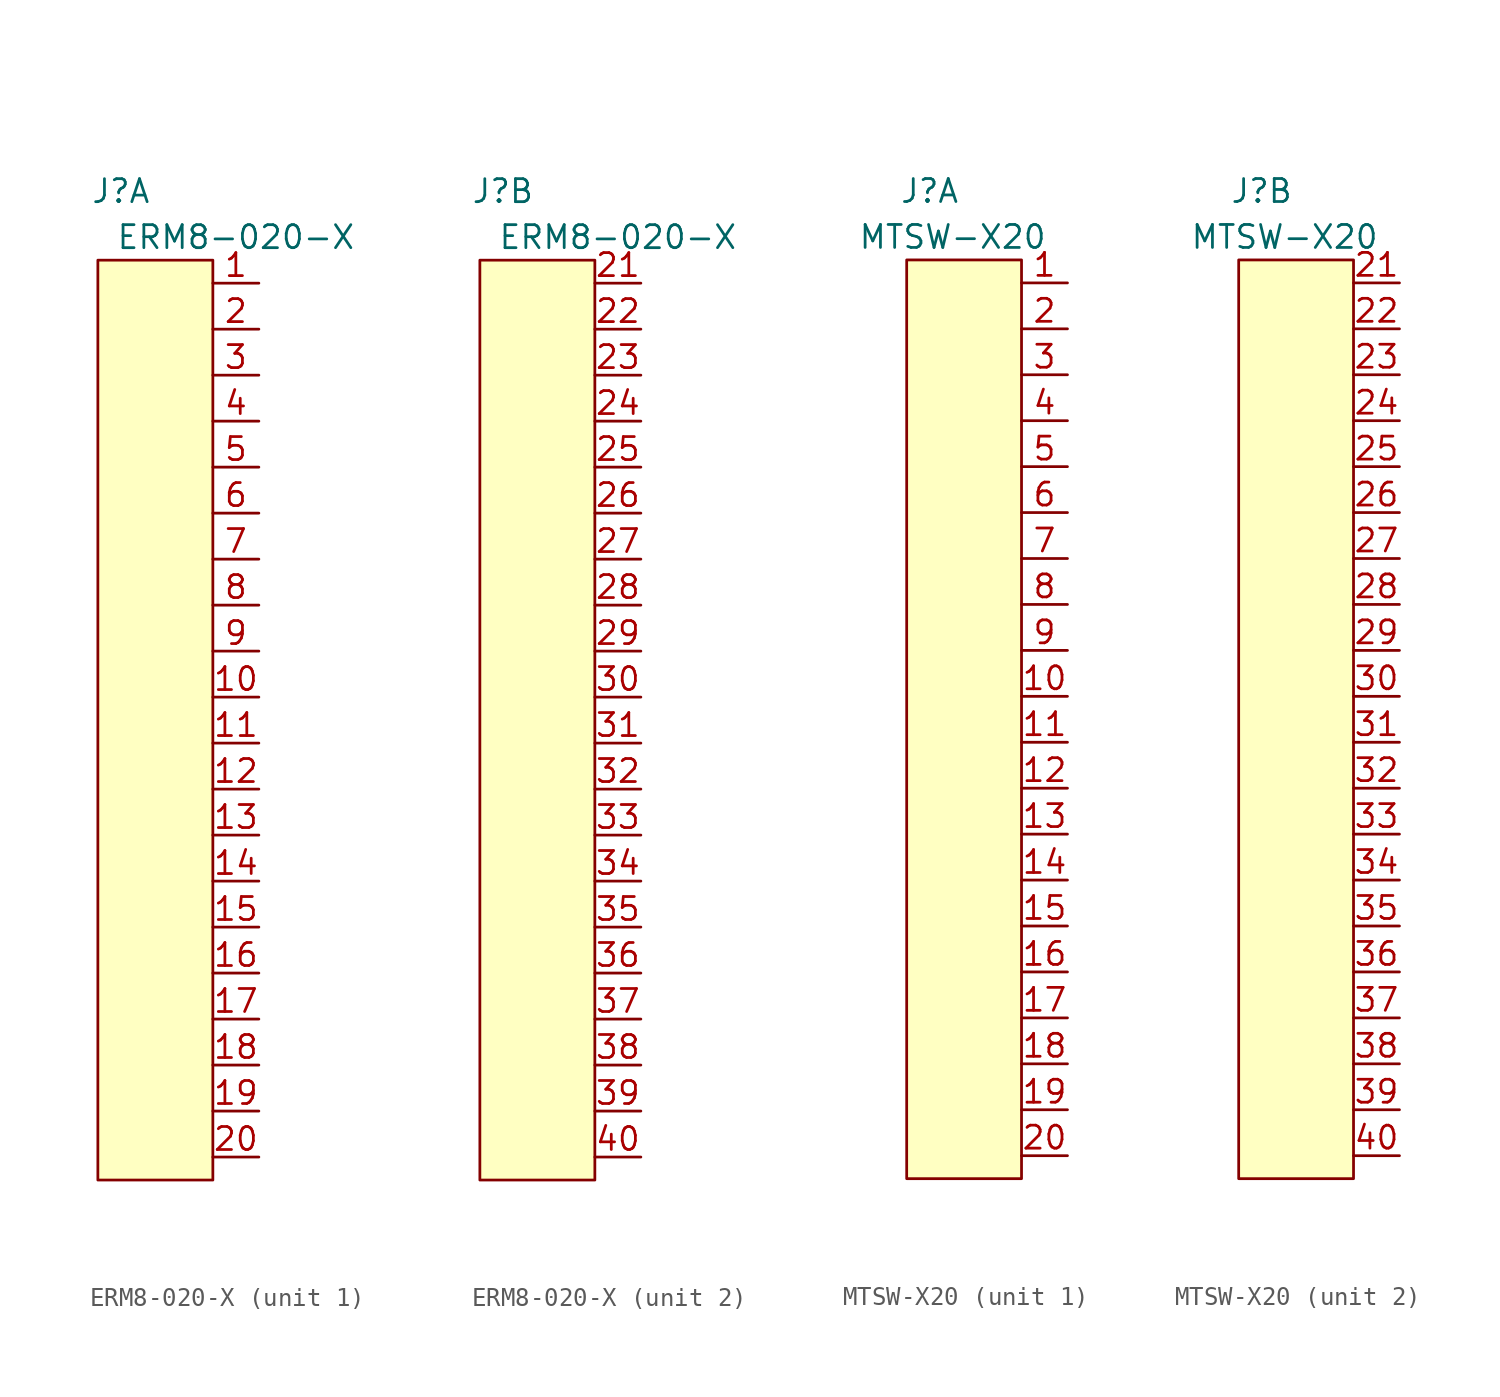
<source format=kicad_sym>
(kicad_symbol_lib
  (version 20211014)
  (generator kicad_symbol_editor)
  (symbol "ERM8-020-X"
    (property "Reference" "J"
      (at 1.27 16.51 0)
      (effects (font (size 1.27 1.27))))
    (property "Value" "ERM8-020-X"
      (at 7.62 13.97 0)
      (effects (font (size 1.27 1.27))))
    (symbol "ERM8-020-X_0_1"
      (rectangle (start 0 12.7) (end 6.35 -38.1) (stroke (width 0) (type default) (color 0 0 0 0)) (fill (type background))))
    (symbol "ERM8-020-X_1_1"
      (pin bidirectional line (at 8.89 11.43 180) (length 2.54) (name "~" (effects (font (size 1.27 1.27)))) (number "1" (effects (font (size 1.27 1.27)))))
      (pin bidirectional line (at 8.89 -11.43 180) (length 2.54) (name "~" (effects (font (size 1.27 1.27)))) (number "10" (effects (font (size 1.27 1.27)))))
      (pin bidirectional line (at 8.89 -13.97 180) (length 2.54) (name "~" (effects (font (size 1.27 1.27)))) (number "11" (effects (font (size 1.27 1.27)))))
      (pin bidirectional line (at 8.89 -16.51 180) (length 2.54) (name "~" (effects (font (size 1.27 1.27)))) (number "12" (effects (font (size 1.27 1.27)))))
      (pin bidirectional line (at 8.89 -19.05 180) (length 2.54) (name "~" (effects (font (size 1.27 1.27)))) (number "13" (effects (font (size 1.27 1.27)))))
      (pin bidirectional line (at 8.89 -21.59 180) (length 2.54) (name "~" (effects (font (size 1.27 1.27)))) (number "14" (effects (font (size 1.27 1.27)))))
      (pin bidirectional line (at 8.89 -24.13 180) (length 2.54) (name "~" (effects (font (size 1.27 1.27)))) (number "15" (effects (font (size 1.27 1.27)))))
      (pin bidirectional line (at 8.89 -26.67 180) (length 2.54) (name "~" (effects (font (size 1.27 1.27)))) (number "16" (effects (font (size 1.27 1.27)))))
      (pin bidirectional line (at 8.89 -29.21 180) (length 2.54) (name "~" (effects (font (size 1.27 1.27)))) (number "17" (effects (font (size 1.27 1.27)))))
      (pin bidirectional line (at 8.89 -31.75 180) (length 2.54) (name "~" (effects (font (size 1.27 1.27)))) (number "18" (effects (font (size 1.27 1.27)))))
      (pin bidirectional line (at 8.89 -34.29 180) (length 2.54) (name "~" (effects (font (size 1.27 1.27)))) (number "19" (effects (font (size 1.27 1.27)))))
      (pin bidirectional line (at 8.89 8.89 180) (length 2.54) (name "~" (effects (font (size 1.27 1.27)))) (number "2" (effects (font (size 1.27 1.27)))))
      (pin bidirectional line (at 8.89 -36.83 180) (length 2.54) (name "~" (effects (font (size 1.27 1.27)))) (number "20" (effects (font (size 1.27 1.27)))))
      (pin bidirectional line (at 8.89 6.35 180) (length 2.54) (name "~" (effects (font (size 1.27 1.27)))) (number "3" (effects (font (size 1.27 1.27)))))
      (pin bidirectional line (at 8.89 3.81 180) (length 2.54) (name "~" (effects (font (size 1.27 1.27)))) (number "4" (effects (font (size 1.27 1.27)))))
      (pin bidirectional line (at 8.89 1.27 180) (length 2.54) (name "~" (effects (font (size 1.27 1.27)))) (number "5" (effects (font (size 1.27 1.27)))))
      (pin bidirectional line (at 8.89 -1.27 180) (length 2.54) (name "~" (effects (font (size 1.27 1.27)))) (number "6" (effects (font (size 1.27 1.27)))))
      (pin bidirectional line (at 8.89 -3.81 180) (length 2.54) (name "~" (effects (font (size 1.27 1.27)))) (number "7" (effects (font (size 1.27 1.27)))))
      (pin bidirectional line (at 8.89 -6.35 180) (length 2.54) (name "~" (effects (font (size 1.27 1.27)))) (number "8" (effects (font (size 1.27 1.27)))))
      (pin bidirectional line (at 8.89 -8.89 180) (length 2.54) (name "~" (effects (font (size 1.27 1.27)))) (number "9" (effects (font (size 1.27 1.27))))))
    (symbol "ERM8-020-X_2_1"
      (pin bidirectional line (at 8.89 11.43 180) (length 2.54) (name "~" (effects (font (size 1.27 1.27)))) (number "21" (effects (font (size 1.27 1.27)))))
      (pin bidirectional line (at 8.89 8.89 180) (length 2.54) (name "~" (effects (font (size 1.27 1.27)))) (number "22" (effects (font (size 1.27 1.27)))))
      (pin bidirectional line (at 8.89 6.35 180) (length 2.54) (name "~" (effects (font (size 1.27 1.27)))) (number "23" (effects (font (size 1.27 1.27)))))
      (pin bidirectional line (at 8.89 3.81 180) (length 2.54) (name "~" (effects (font (size 1.27 1.27)))) (number "24" (effects (font (size 1.27 1.27)))))
      (pin bidirectional line (at 8.89 1.27 180) (length 2.54) (name "~" (effects (font (size 1.27 1.27)))) (number "25" (effects (font (size 1.27 1.27)))))
      (pin bidirectional line (at 8.89 -1.27 180) (length 2.54) (name "~" (effects (font (size 1.27 1.27)))) (number "26" (effects (font (size 1.27 1.27)))))
      (pin bidirectional line (at 8.89 -3.81 180) (length 2.54) (name "~" (effects (font (size 1.27 1.27)))) (number "27" (effects (font (size 1.27 1.27)))))
      (pin bidirectional line (at 8.89 -6.35 180) (length 2.54) (name "~" (effects (font (size 1.27 1.27)))) (number "28" (effects (font (size 1.27 1.27)))))
      (pin bidirectional line (at 8.89 -8.89 180) (length 2.54) (name "~" (effects (font (size 1.27 1.27)))) (number "29" (effects (font (size 1.27 1.27)))))
      (pin bidirectional line (at 8.89 -11.43 180) (length 2.54) (name "~" (effects (font (size 1.27 1.27)))) (number "30" (effects (font (size 1.27 1.27)))))
      (pin bidirectional line (at 8.89 -13.97 180) (length 2.54) (name "~" (effects (font (size 1.27 1.27)))) (number "31" (effects (font (size 1.27 1.27)))))
      (pin bidirectional line (at 8.89 -16.51 180) (length 2.54) (name "~" (effects (font (size 1.27 1.27)))) (number "32" (effects (font (size 1.27 1.27)))))
      (pin bidirectional line (at 8.89 -19.05 180) (length 2.54) (name "~" (effects (font (size 1.27 1.27)))) (number "33" (effects (font (size 1.27 1.27)))))
      (pin bidirectional line (at 8.89 -21.59 180) (length 2.54) (name "~" (effects (font (size 1.27 1.27)))) (number "34" (effects (font (size 1.27 1.27)))))
      (pin bidirectional line (at 8.89 -24.13 180) (length 2.54) (name "~" (effects (font (size 1.27 1.27)))) (number "35" (effects (font (size 1.27 1.27)))))
      (pin bidirectional line (at 8.89 -26.67 180) (length 2.54) (name "~" (effects (font (size 1.27 1.27)))) (number "36" (effects (font (size 1.27 1.27)))))
      (pin bidirectional line (at 8.89 -29.21 180) (length 2.54) (name "~" (effects (font (size 1.27 1.27)))) (number "37" (effects (font (size 1.27 1.27)))))
      (pin bidirectional line (at 8.89 -31.75 180) (length 2.54) (name "~" (effects (font (size 1.27 1.27)))) (number "38" (effects (font (size 1.27 1.27)))))
      (pin bidirectional line (at 8.89 -34.29 180) (length 2.54) (name "~" (effects (font (size 1.27 1.27)))) (number "39" (effects (font (size 1.27 1.27)))))
      (pin bidirectional line (at 8.89 -36.83 180) (length 2.54) (name "~" (effects (font (size 1.27 1.27)))) (number "40" (effects (font (size 1.27 1.27)))))))
  (symbol "MTSW-X20"
    (property "Reference" "J"
      (at 1.27 16.51 0)
      (effects (font (size 1.27 1.27))))
    (property "Value" "MTSW-X20"
      (at 2.54 13.97 0)
      (effects (font (size 1.27 1.27))))
    (symbol "MTSW-X20_0_1"
      (rectangle (start 0 12.7) (end 6.35 -38.1) (stroke (width 0) (type default) (color 0 0 0 0)) (fill (type background))))
    (symbol "MTSW-X20_1_1"
      (pin bidirectional line (at 8.89 11.43 180) (length 2.54) (name "~" (effects (font (size 1.27 1.27)))) (number "1" (effects (font (size 1.27 1.27)))))
      (pin bidirectional line (at 8.89 -11.43 180) (length 2.54) (name "~" (effects (font (size 1.27 1.27)))) (number "10" (effects (font (size 1.27 1.27)))))
      (pin bidirectional line (at 8.89 -13.97 180) (length 2.54) (name "~" (effects (font (size 1.27 1.27)))) (number "11" (effects (font (size 1.27 1.27)))))
      (pin bidirectional line (at 8.89 -16.51 180) (length 2.54) (name "~" (effects (font (size 1.27 1.27)))) (number "12" (effects (font (size 1.27 1.27)))))
      (pin bidirectional line (at 8.89 -19.05 180) (length 2.54) (name "~" (effects (font (size 1.27 1.27)))) (number "13" (effects (font (size 1.27 1.27)))))
      (pin bidirectional line (at 8.89 -21.59 180) (length 2.54) (name "~" (effects (font (size 1.27 1.27)))) (number "14" (effects (font (size 1.27 1.27)))))
      (pin bidirectional line (at 8.89 -24.13 180) (length 2.54) (name "~" (effects (font (size 1.27 1.27)))) (number "15" (effects (font (size 1.27 1.27)))))
      (pin bidirectional line (at 8.89 -26.67 180) (length 2.54) (name "~" (effects (font (size 1.27 1.27)))) (number "16" (effects (font (size 1.27 1.27)))))
      (pin bidirectional line (at 8.89 -29.21 180) (length 2.54) (name "~" (effects (font (size 1.27 1.27)))) (number "17" (effects (font (size 1.27 1.27)))))
      (pin bidirectional line (at 8.89 -31.75 180) (length 2.54) (name "~" (effects (font (size 1.27 1.27)))) (number "18" (effects (font (size 1.27 1.27)))))
      (pin bidirectional line (at 8.89 -34.29 180) (length 2.54) (name "~" (effects (font (size 1.27 1.27)))) (number "19" (effects (font (size 1.27 1.27)))))
      (pin bidirectional line (at 8.89 8.89 180) (length 2.54) (name "~" (effects (font (size 1.27 1.27)))) (number "2" (effects (font (size 1.27 1.27)))))
      (pin bidirectional line (at 8.89 -36.83 180) (length 2.54) (name "~" (effects (font (size 1.27 1.27)))) (number "20" (effects (font (size 1.27 1.27)))))
      (pin bidirectional line (at 8.89 6.35 180) (length 2.54) (name "~" (effects (font (size 1.27 1.27)))) (number "3" (effects (font (size 1.27 1.27)))))
      (pin bidirectional line (at 8.89 3.81 180) (length 2.54) (name "~" (effects (font (size 1.27 1.27)))) (number "4" (effects (font (size 1.27 1.27)))))
      (pin bidirectional line (at 8.89 1.27 180) (length 2.54) (name "~" (effects (font (size 1.27 1.27)))) (number "5" (effects (font (size 1.27 1.27)))))
      (pin bidirectional line (at 8.89 -1.27 180) (length 2.54) (name "~" (effects (font (size 1.27 1.27)))) (number "6" (effects (font (size 1.27 1.27)))))
      (pin bidirectional line (at 8.89 -3.81 180) (length 2.54) (name "~" (effects (font (size 1.27 1.27)))) (number "7" (effects (font (size 1.27 1.27)))))
      (pin bidirectional line (at 8.89 -6.35 180) (length 2.54) (name "~" (effects (font (size 1.27 1.27)))) (number "8" (effects (font (size 1.27 1.27)))))
      (pin bidirectional line (at 8.89 -8.89 180) (length 2.54) (name "~" (effects (font (size 1.27 1.27)))) (number "9" (effects (font (size 1.27 1.27))))))
    (symbol "MTSW-X20_2_1"
      (pin bidirectional line (at 8.89 11.43 180) (length 2.54) (name "~" (effects (font (size 1.27 1.27)))) (number "21" (effects (font (size 1.27 1.27)))))
      (pin bidirectional line (at 8.89 8.89 180) (length 2.54) (name "~" (effects (font (size 1.27 1.27)))) (number "22" (effects (font (size 1.27 1.27)))))
      (pin bidirectional line (at 8.89 6.35 180) (length 2.54) (name "~" (effects (font (size 1.27 1.27)))) (number "23" (effects (font (size 1.27 1.27)))))
      (pin bidirectional line (at 8.89 3.81 180) (length 2.54) (name "~" (effects (font (size 1.27 1.27)))) (number "24" (effects (font (size 1.27 1.27)))))
      (pin bidirectional line (at 8.89 1.27 180) (length 2.54) (name "~" (effects (font (size 1.27 1.27)))) (number "25" (effects (font (size 1.27 1.27)))))
      (pin bidirectional line (at 8.89 -1.27 180) (length 2.54) (name "~" (effects (font (size 1.27 1.27)))) (number "26" (effects (font (size 1.27 1.27)))))
      (pin bidirectional line (at 8.89 -3.81 180) (length 2.54) (name "~" (effects (font (size 1.27 1.27)))) (number "27" (effects (font (size 1.27 1.27)))))
      (pin bidirectional line (at 8.89 -6.35 180) (length 2.54) (name "~" (effects (font (size 1.27 1.27)))) (number "28" (effects (font (size 1.27 1.27)))))
      (pin bidirectional line (at 8.89 -8.89 180) (length 2.54) (name "~" (effects (font (size 1.27 1.27)))) (number "29" (effects (font (size 1.27 1.27)))))
      (pin bidirectional line (at 8.89 -11.43 180) (length 2.54) (name "~" (effects (font (size 1.27 1.27)))) (number "30" (effects (font (size 1.27 1.27)))))
      (pin bidirectional line (at 8.89 -13.97 180) (length 2.54) (name "~" (effects (font (size 1.27 1.27)))) (number "31" (effects (font (size 1.27 1.27)))))
      (pin bidirectional line (at 8.89 -16.51 180) (length 2.54) (name "~" (effects (font (size 1.27 1.27)))) (number "32" (effects (font (size 1.27 1.27)))))
      (pin bidirectional line (at 8.89 -19.05 180) (length 2.54) (name "~" (effects (font (size 1.27 1.27)))) (number "33" (effects (font (size 1.27 1.27)))))
      (pin bidirectional line (at 8.89 -21.59 180) (length 2.54) (name "~" (effects (font (size 1.27 1.27)))) (number "34" (effects (font (size 1.27 1.27)))))
      (pin bidirectional line (at 8.89 -24.13 180) (length 2.54) (name "~" (effects (font (size 1.27 1.27)))) (number "35" (effects (font (size 1.27 1.27)))))
      (pin bidirectional line (at 8.89 -26.67 180) (length 2.54) (name "~" (effects (font (size 1.27 1.27)))) (number "36" (effects (font (size 1.27 1.27)))))
      (pin bidirectional line (at 8.89 -29.21 180) (length 2.54) (name "~" (effects (font (size 1.27 1.27)))) (number "37" (effects (font (size 1.27 1.27)))))
      (pin bidirectional line (at 8.89 -31.75 180) (length 2.54) (name "~" (effects (font (size 1.27 1.27)))) (number "38" (effects (font (size 1.27 1.27)))))
      (pin bidirectional line (at 8.89 -34.29 180) (length 2.54) (name "~" (effects (font (size 1.27 1.27)))) (number "39" (effects (font (size 1.27 1.27)))))
      (pin bidirectional line (at 8.89 -36.83 180) (length 2.54) (name "~" (effects (font (size 1.27 1.27)))) (number "40" (effects (font (size 1.27 1.27))))))))
</source>
